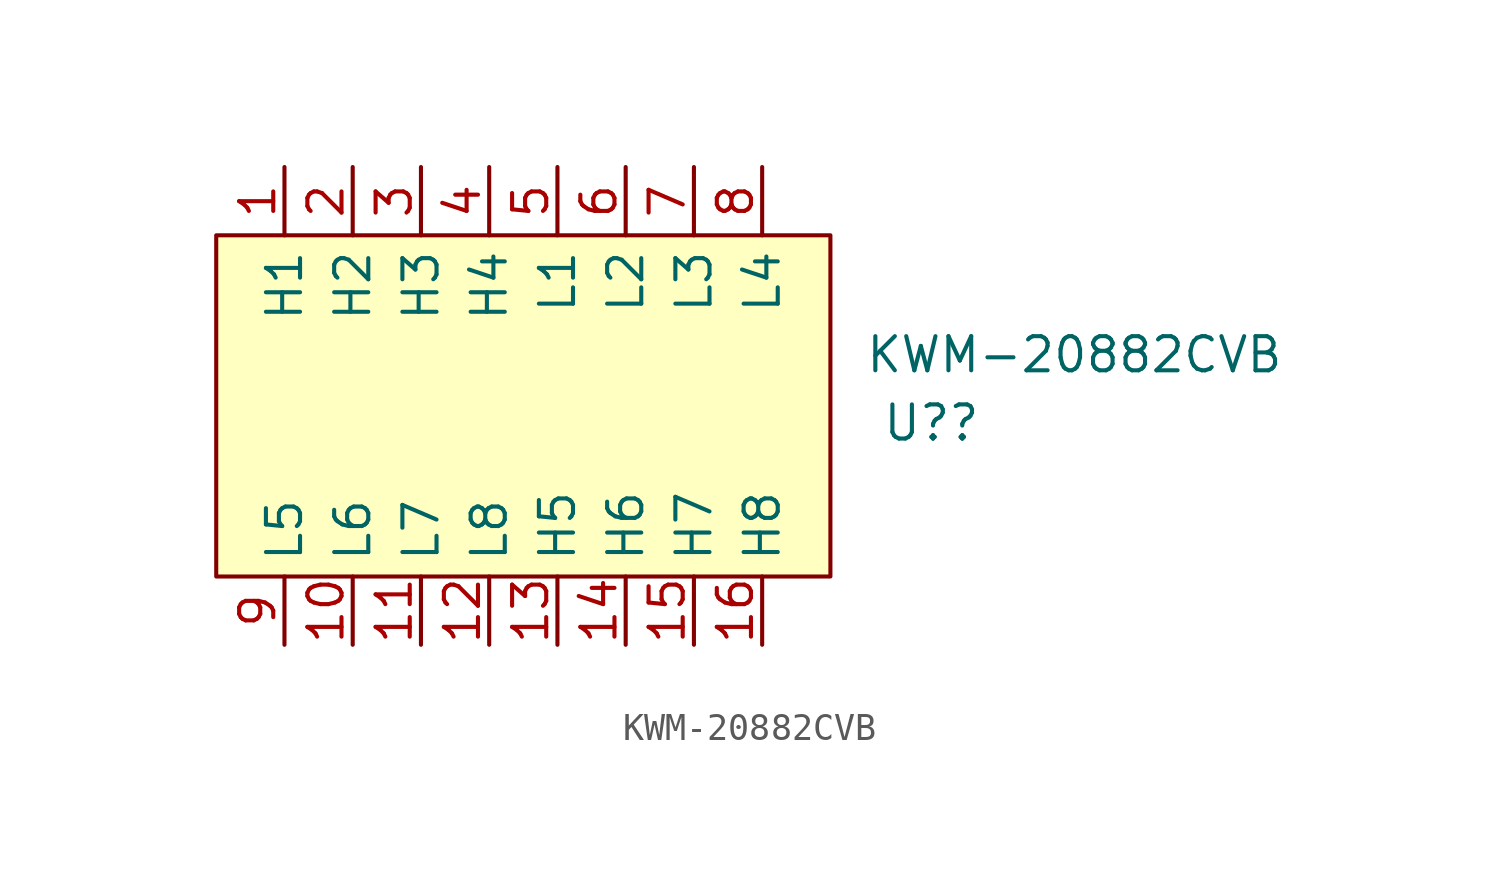
<source format=kicad_sym>
(kicad_symbol_lib
  (version 20211014)
  (generator kicad_symbol_editor)
  (symbol "KWM-20882CVB"
    (property "Reference" "U?"
      (at 13.335 -17.145 0)
      (effects (font (size 1.27 1.27)) (justify left)))
    (property "Value" "KWM-20882CVB"
      (at 12.7 -14.605 0)
      (effects (font (size 1.27 1.27)) (justify left)))
    (symbol "KWM-20882CVB_0_1"
      (rectangle (start -11.43 -10.16) (end 11.43 -22.86) (stroke (width 0.152) (type default) (color 0 0 0 0)) (fill (type background))))
    (symbol "KWM-20882CVB_1_1"
      (pin input line (at -8.89 -7.62 270) (length 2.54) (name "H1" (effects (font (size 1.27 1.27)))) (number "1" (effects (font (size 1.27 1.27)))))
      (pin output line (at -6.35 -25.4 90) (length 2.54) (name "L6" (effects (font (size 1.27 1.27)))) (number "10" (effects (font (size 1.27 1.27)))))
      (pin output line (at -3.81 -25.4 90) (length 2.54) (name "L7" (effects (font (size 1.27 1.27)))) (number "11" (effects (font (size 1.27 1.27)))))
      (pin output line (at -1.27 -25.4 90) (length 2.54) (name "L8" (effects (font (size 1.27 1.27)))) (number "12" (effects (font (size 1.27 1.27)))))
      (pin input line (at 1.27 -25.4 90) (length 2.54) (name "H5" (effects (font (size 1.27 1.27)))) (number "13" (effects (font (size 1.27 1.27)))))
      (pin input line (at 3.81 -25.4 90) (length 2.54) (name "H6" (effects (font (size 1.27 1.27)))) (number "14" (effects (font (size 1.27 1.27)))))
      (pin input line (at 6.35 -25.4 90) (length 2.54) (name "H7" (effects (font (size 1.27 1.27)))) (number "15" (effects (font (size 1.27 1.27)))))
      (pin input line (at 8.89 -25.4 90) (length 2.54) (name "H8" (effects (font (size 1.27 1.27)))) (number "16" (effects (font (size 1.27 1.27)))))
      (pin input line (at -6.35 -7.62 270) (length 2.54) (name "H2" (effects (font (size 1.27 1.27)))) (number "2" (effects (font (size 1.27 1.27)))))
      (pin input line (at -3.81 -7.62 270) (length 2.54) (name "H3" (effects (font (size 1.27 1.27)))) (number "3" (effects (font (size 1.27 1.27)))))
      (pin input line (at -1.27 -7.62 270) (length 2.54) (name "H4" (effects (font (size 1.27 1.27)))) (number "4" (effects (font (size 1.27 1.27)))))
      (pin output line (at 1.27 -7.62 270) (length 2.54) (name "L1" (effects (font (size 1.27 1.27)))) (number "5" (effects (font (size 1.27 1.27)))))
      (pin output line (at 3.81 -7.62 270) (length 2.54) (name "L2" (effects (font (size 1.27 1.27)))) (number "6" (effects (font (size 1.27 1.27)))))
      (pin output line (at 6.35 -7.62 270) (length 2.54) (name "L3" (effects (font (size 1.27 1.27)))) (number "7" (effects (font (size 1.27 1.27)))))
      (pin output line (at 8.89 -7.62 270) (length 2.54) (name "L4" (effects (font (size 1.27 1.27)))) (number "8" (effects (font (size 1.27 1.27)))))
      (pin output line (at -8.89 -25.4 90) (length 2.54) (name "L5" (effects (font (size 1.27 1.27)))) (number "9" (effects (font (size 1.27 1.27))))))))
</source>
